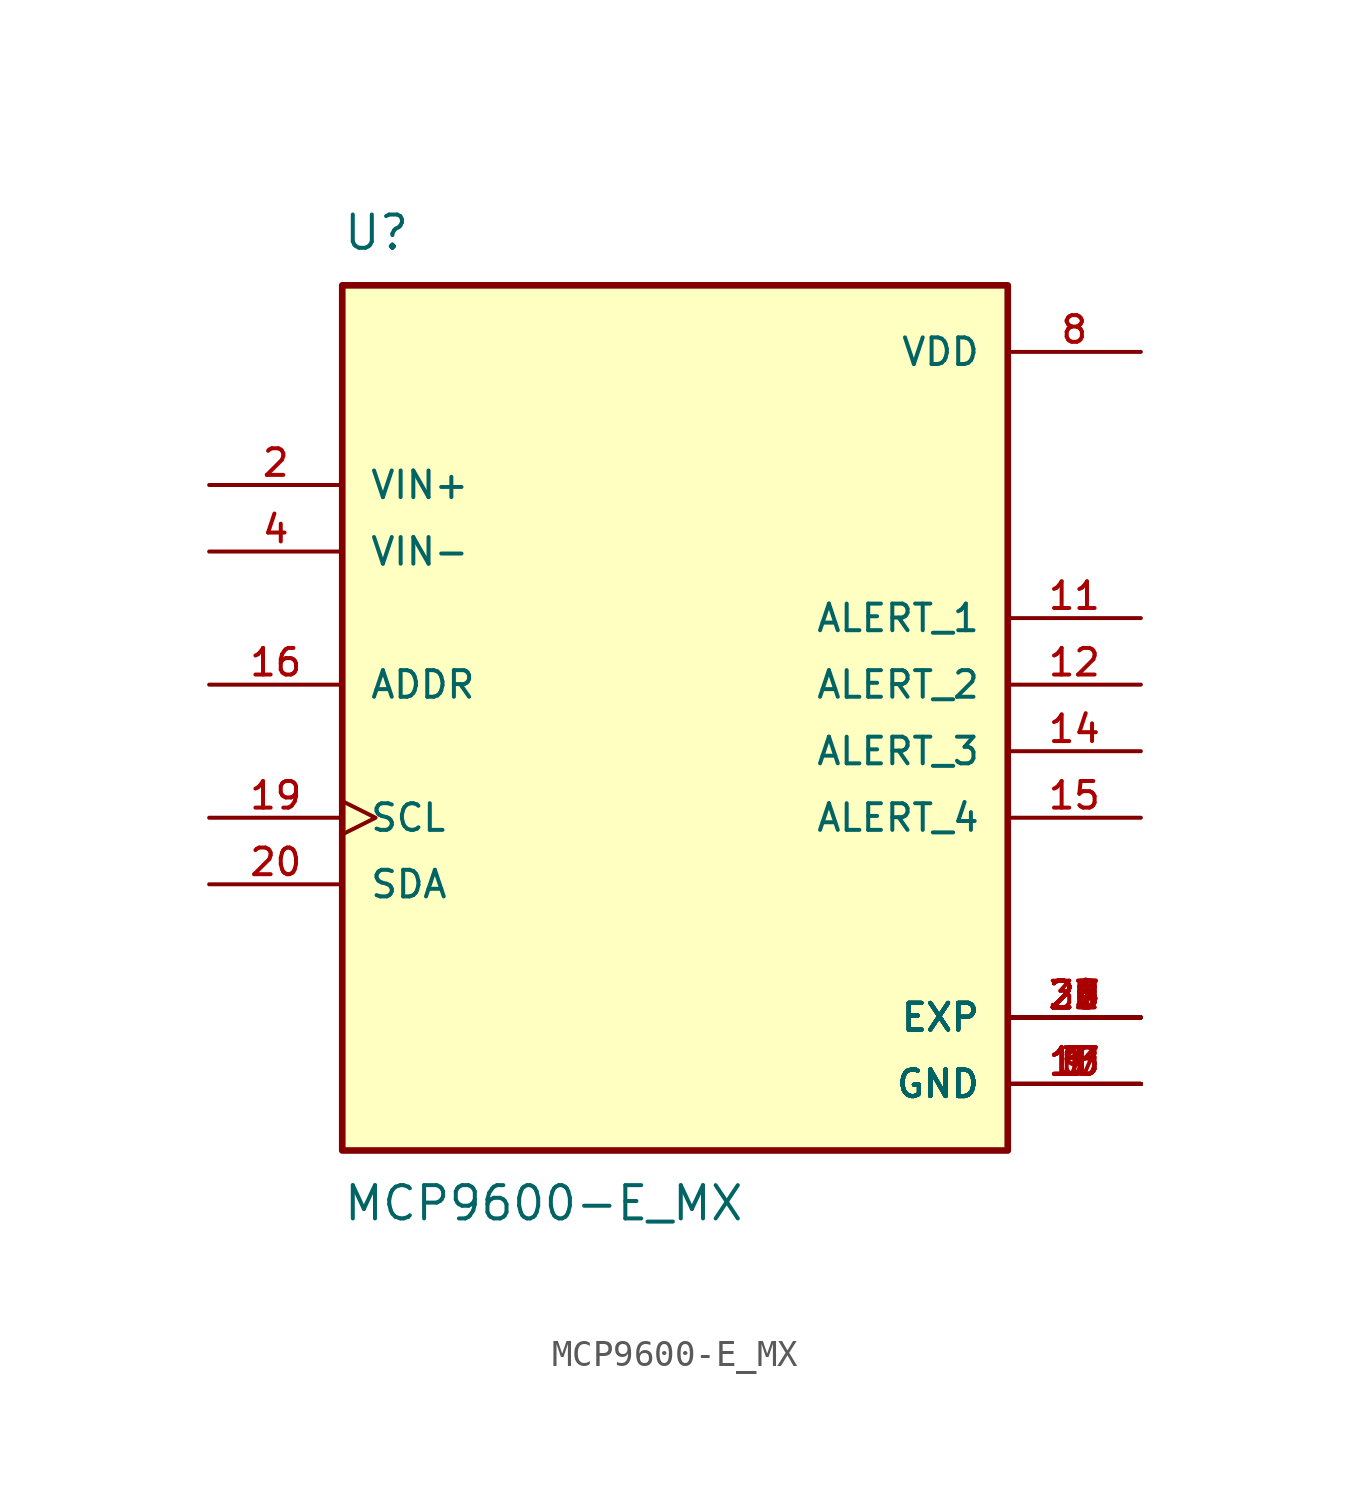
<source format=kicad_sym>
(kicad_symbol_lib
  (version 20211014)
  (generator kicad_symbol_editor)
  (symbol "MCP9600-E_MX"
    (pin_names
      (offset 1.016))
    (property "Reference" "U"
      (at -12.7 19.05 0)
      (effects (font (size 1.27 1.27)) (justify bottom left)))
    (property "Value" "MCP9600-E_MX"
      (at -12.7 -16.51 0)
      (effects (font (size 1.27 1.27)) (justify top left)))
    (symbol "MCP9600-E_MX_0_0"
      (rectangle (start -12.7 -15.24) (end 12.7 17.78) (stroke (width 0.254)) (fill (type background)))
      (pin input line (at -17.78 10.16 0) (length 5.08) (name "VIN+" (effects (font (size 1.016 1.016)))) (number "2" (effects (font (size 1.016 1.016)))))
      (pin input line (at -17.78 7.62 0) (length 5.08) (name "VIN-" (effects (font (size 1.016 1.016)))) (number "4" (effects (font (size 1.016 1.016)))))
      (pin power_in line (at 17.78 15.24 180.0) (length 5.08) (name "VDD" (effects (font (size 1.016 1.016)))) (number "8" (effects (font (size 1.016 1.016)))))
      (pin output line (at 17.78 5.08 180.0) (length 5.08) (name "ALERT_1" (effects (font (size 1.016 1.016)))) (number "11" (effects (font (size 1.016 1.016)))))
      (pin input line (at -17.78 2.54 0) (length 5.08) (name "ADDR" (effects (font (size 1.016 1.016)))) (number "16" (effects (font (size 1.016 1.016)))))
      (pin input clock (at -17.78 -2.54 0) (length 5.08) (name "SCL" (effects (font (size 1.016 1.016)))) (number "19" (effects (font (size 1.016 1.016)))))
      (pin bidirectional line (at -17.78 -5.08 0) (length 5.08) (name "SDA" (effects (font (size 1.016 1.016)))) (number "20" (effects (font (size 1.016 1.016)))))
      (pin power_in line (at 17.78 -10.16 180.0) (length 5.08) (name "EXP" (effects (font (size 1.016 1.016)))) (number "21" (effects (font (size 1.016 1.016)))))
      (pin power_in line (at 17.78 -10.16 180.0) (length 5.08) (name "EXP" (effects (font (size 1.016 1.016)))) (number "22" (effects (font (size 1.016 1.016)))))
      (pin power_in line (at 17.78 -10.16 180.0) (length 5.08) (name "EXP" (effects (font (size 1.016 1.016)))) (number "23" (effects (font (size 1.016 1.016)))))
      (pin power_in line (at 17.78 -10.16 180.0) (length 5.08) (name "EXP" (effects (font (size 1.016 1.016)))) (number "24" (effects (font (size 1.016 1.016)))))
      (pin power_in line (at 17.78 -10.16 180.0) (length 5.08) (name "EXP" (effects (font (size 1.016 1.016)))) (number "25" (effects (font (size 1.016 1.016)))))
      (pin power_in line (at 17.78 -10.16 180.0) (length 5.08) (name "EXP" (effects (font (size 1.016 1.016)))) (number "26" (effects (font (size 1.016 1.016)))))
      (pin power_in line (at 17.78 -10.16 180.0) (length 5.08) (name "EXP" (effects (font (size 1.016 1.016)))) (number "27" (effects (font (size 1.016 1.016)))))
      (pin power_in line (at 17.78 -10.16 180.0) (length 5.08) (name "EXP" (effects (font (size 1.016 1.016)))) (number "28" (effects (font (size 1.016 1.016)))))
      (pin power_in line (at 17.78 -10.16 180.0) (length 5.08) (name "EXP" (effects (font (size 1.016 1.016)))) (number "29" (effects (font (size 1.016 1.016)))))
      (pin power_in line (at 17.78 -10.16 180.0) (length 5.08) (name "EXP" (effects (font (size 1.016 1.016)))) (number "30" (effects (font (size 1.016 1.016)))))
      (pin power_in line (at 17.78 -12.7 180.0) (length 5.08) (name "GND" (effects (font (size 1.016 1.016)))) (number "1" (effects (font (size 1.016 1.016)))))
      (pin power_in line (at 17.78 -12.7 180.0) (length 5.08) (name "GND" (effects (font (size 1.016 1.016)))) (number "3" (effects (font (size 1.016 1.016)))))
      (pin power_in line (at 17.78 -12.7 180.0) (length 5.08) (name "GND" (effects (font (size 1.016 1.016)))) (number "5" (effects (font (size 1.016 1.016)))))
      (pin power_in line (at 17.78 -12.7 180.0) (length 5.08) (name "GND" (effects (font (size 1.016 1.016)))) (number "6" (effects (font (size 1.016 1.016)))))
      (pin power_in line (at 17.78 -12.7 180.0) (length 5.08) (name "GND" (effects (font (size 1.016 1.016)))) (number "7" (effects (font (size 1.016 1.016)))))
      (pin power_in line (at 17.78 -12.7 180.0) (length 5.08) (name "GND" (effects (font (size 1.016 1.016)))) (number "9" (effects (font (size 1.016 1.016)))))
      (pin power_in line (at 17.78 -12.7 180.0) (length 5.08) (name "GND" (effects (font (size 1.016 1.016)))) (number "10" (effects (font (size 1.016 1.016)))))
      (pin power_in line (at 17.78 -12.7 180.0) (length 5.08) (name "GND" (effects (font (size 1.016 1.016)))) (number "13" (effects (font (size 1.016 1.016)))))
      (pin power_in line (at 17.78 -12.7 180.0) (length 5.08) (name "GND" (effects (font (size 1.016 1.016)))) (number "17" (effects (font (size 1.016 1.016)))))
      (pin power_in line (at 17.78 -12.7 180.0) (length 5.08) (name "GND" (effects (font (size 1.016 1.016)))) (number "18" (effects (font (size 1.016 1.016)))))
      (pin output line (at 17.78 2.54 180.0) (length 5.08) (name "ALERT_2" (effects (font (size 1.016 1.016)))) (number "12" (effects (font (size 1.016 1.016)))))
      (pin output line (at 17.78 0.0 180.0) (length 5.08) (name "ALERT_3" (effects (font (size 1.016 1.016)))) (number "14" (effects (font (size 1.016 1.016)))))
      (pin output line (at 17.78 -2.54 180.0) (length 5.08) (name "ALERT_4" (effects (font (size 1.016 1.016)))) (number "15" (effects (font (size 1.016 1.016))))))))
</source>
